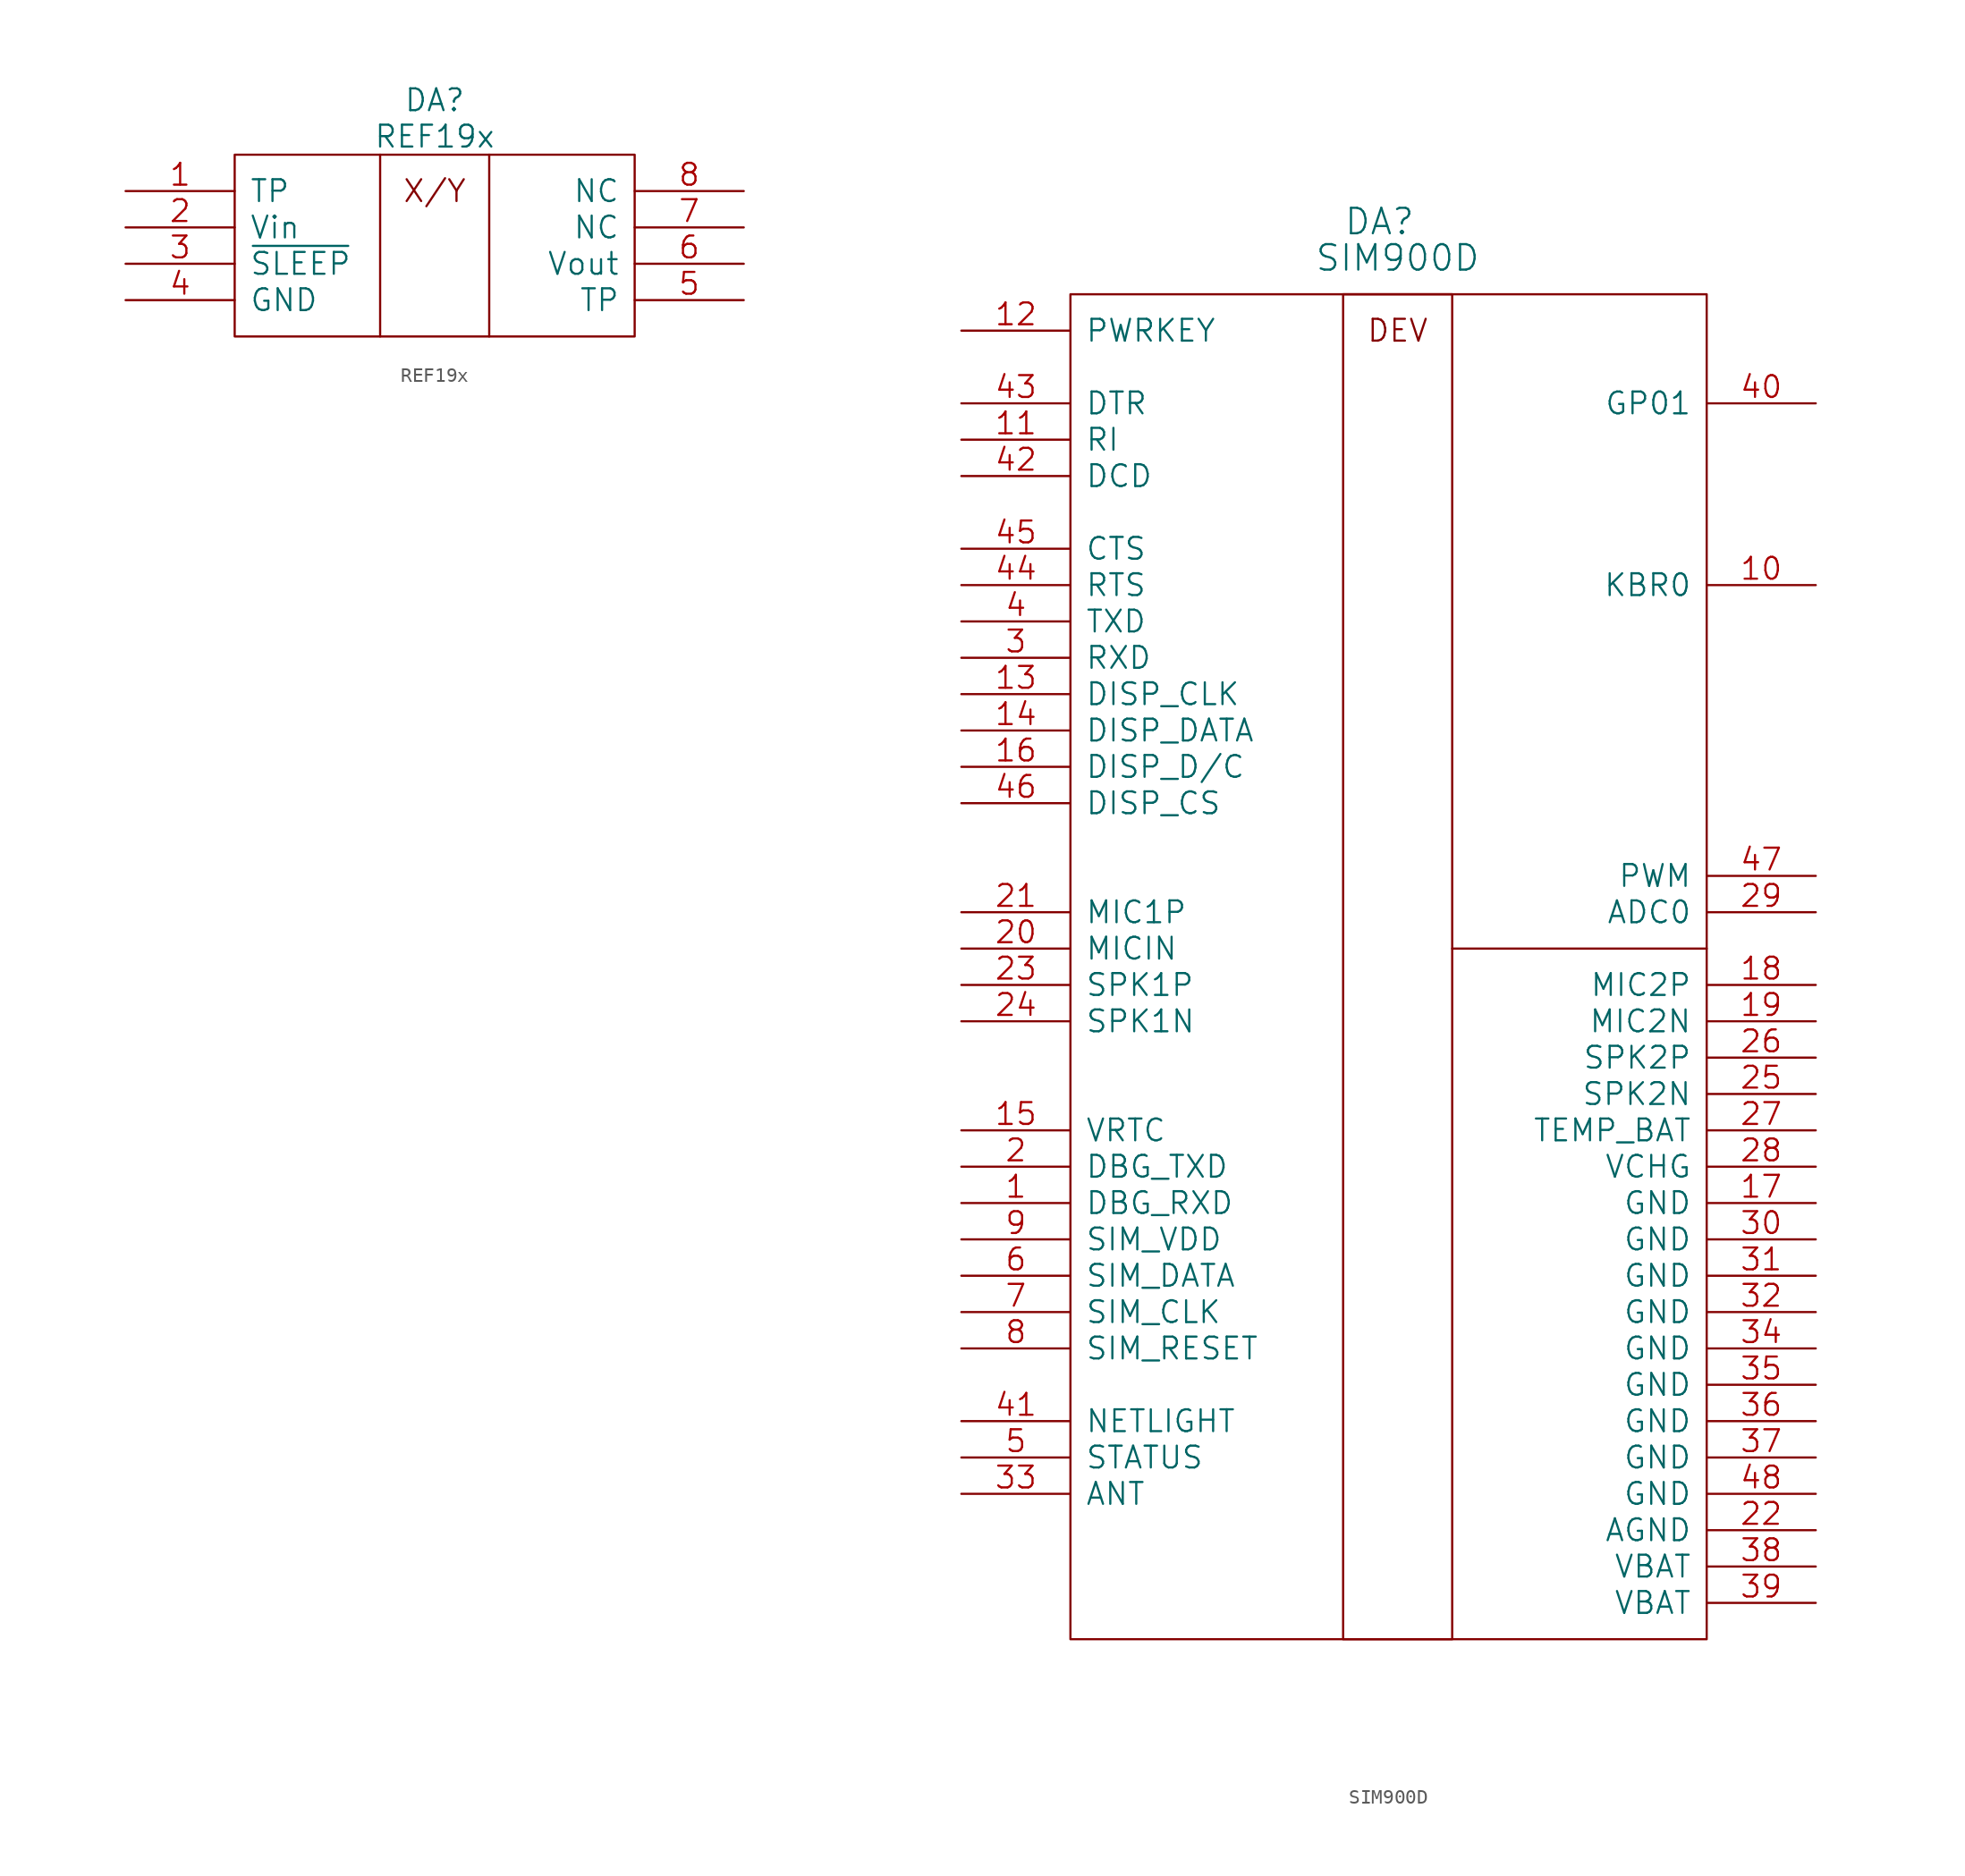
<source format=kicad_sym>
(kicad_symbol_lib
  (version 20211014)
  (generator kicad_symbol_editor)
  (symbol "REF19x"
    (pin_names
      (offset 1.016))
    (property "Reference" "DA"
      (at 13.97 3.81 0)
      (effects (font (size 1.524 1.524))))
    (property "Value" "REF19x"
      (at 13.97 1.27 0)
      (effects (font (size 1.524 1.524))))
    (property "Footprint" ""
      (at 0 0 0)
      (effects (font (size 1.524 1.524))))
    (property "Datasheet" ""
      (at 0 0 0)
      (effects (font (size 1.524 1.524))))
    (symbol "REF19x_0_0"
      (text "X/Y" (at 13.97 -2.54 0) (effects (font (size 1.524 1.524))))
      (pin passive line (at -7.62 -2.54 0) (length 7.62) (name "TP" (effects (font (size 1.524 1.524)))) (number "1" (effects (font (size 1.524 1.524)))))
      (pin input line (at -7.62 -5.08 0) (length 7.62) (name "Vin" (effects (font (size 1.524 1.524)))) (number "2" (effects (font (size 1.524 1.524)))))
      (pin input line (at -7.62 -7.62 0) (length 7.62) (name "~{SLEEP}" (effects (font (size 1.524 1.524)))) (number "3" (effects (font (size 1.524 1.524)))))
      (pin passive line (at -7.62 -10.16 0) (length 7.62) (name "GND" (effects (font (size 1.524 1.524)))) (number "4" (effects (font (size 1.524 1.524)))))
      (pin passive line (at 35.56 -10.16 180) (length 7.62) (name "TP" (effects (font (size 1.524 1.524)))) (number "5" (effects (font (size 1.524 1.524)))))
      (pin output line (at 35.56 -7.62 180) (length 7.62) (name "Vout" (effects (font (size 1.524 1.524)))) (number "6" (effects (font (size 1.524 1.524)))))
      (pin passive line (at 35.56 -5.08 180) (length 7.62) (name "NC" (effects (font (size 1.524 1.524)))) (number "7" (effects (font (size 1.524 1.524)))))
      (pin passive line (at 35.56 -2.54 180) (length 7.62) (name "NC" (effects (font (size 1.524 1.524)))) (number "8" (effects (font (size 1.524 1.524))))))
    (symbol "REF19x_0_1"
      (polyline (pts (xy 10.16 0) (xy 10.16 -12.7)) (stroke (width 0) (type default) (color 0 0 0 0)) (fill (type none)))
      (polyline (pts (xy 17.78 0) (xy 17.78 -12.7)) (stroke (width 0) (type default) (color 0 0 0 0)) (fill (type none)))
      (rectangle (start 0 0) (end 27.94 -12.7) (stroke (width 0) (type default) (color 0 0 0 0)) (fill (type none)))))
  (symbol "SIM900D"
    (pin_names
      (offset 1.016))
    (property "Reference" "DA"
      (at 21.59 7.62 0)
      (effects (font (size 1.778 1.778))))
    (property "Value" "SIM900D"
      (at 22.86 5.08 0)
      (effects (font (size 1.778 1.778))))
    (property "Footprint" ""
      (at -6.35 0 0)
      (effects (font (size 1.524 1.524))))
    (property "Datasheet" ""
      (at -6.35 0 0)
      (effects (font (size 1.524 1.524))))
    (symbol "SIM900D_0_0"
      (text "DEV" (at 22.86 0 0) (effects (font (size 1.524 1.524)))))
    (symbol "SIM900D_0_1"
      (polyline (pts (xy 44.45 -43.18) (xy 26.67 -43.18)) (stroke (width 0) (type default) (color 0 0 0 0)) (fill (type none)))
      (rectangle (start 0 2.54) (end 44.45 -91.44) (stroke (width 0) (type default) (color 0 0 0 0)) (fill (type none)))
      (rectangle (start 19.05 -91.44) (end 26.67 2.54) (stroke (width 0) (type default) (color 0 0 0 0)) (fill (type none))))
    (symbol "SIM900D_1_1"
      (pin tri_state line (at -7.62 -60.96 0) (length 7.62) (name "DBG_RXD" (effects (font (size 1.524 1.524)))) (number "1" (effects (font (size 1.524 1.524)))))
      (pin tri_state line (at 52.07 -17.78 180) (length 7.62) (name "KBR0" (effects (font (size 1.524 1.524)))) (number "10" (effects (font (size 1.524 1.524)))))
      (pin tri_state line (at -7.62 -7.62 0) (length 7.62) (name "RI" (effects (font (size 1.524 1.524)))) (number "11" (effects (font (size 1.524 1.524)))))
      (pin tri_state line (at -7.62 0 0) (length 7.62) (name "PWRKEY" (effects (font (size 1.524 1.524)))) (number "12" (effects (font (size 1.524 1.524)))))
      (pin tri_state line (at -7.62 -25.4 0) (length 7.62) (name "DISP_CLK" (effects (font (size 1.524 1.524)))) (number "13" (effects (font (size 1.524 1.524)))))
      (pin tri_state line (at -7.62 -27.94 0) (length 7.62) (name "DISP_DATA" (effects (font (size 1.524 1.524)))) (number "14" (effects (font (size 1.524 1.524)))))
      (pin tri_state line (at -7.62 -55.88 0) (length 7.62) (name "VRTC" (effects (font (size 1.524 1.524)))) (number "15" (effects (font (size 1.524 1.524)))))
      (pin tri_state line (at -7.62 -30.48 0) (length 7.62) (name "DISP_D/C" (effects (font (size 1.524 1.524)))) (number "16" (effects (font (size 1.524 1.524)))))
      (pin tri_state line (at 52.07 -60.96 180) (length 7.62) (name "GND" (effects (font (size 1.524 1.524)))) (number "17" (effects (font (size 1.524 1.524)))))
      (pin tri_state line (at 52.07 -45.72 180) (length 7.62) (name "MIC2P" (effects (font (size 1.524 1.524)))) (number "18" (effects (font (size 1.524 1.524)))))
      (pin tri_state line (at 52.07 -48.26 180) (length 7.62) (name "MIC2N" (effects (font (size 1.524 1.524)))) (number "19" (effects (font (size 1.524 1.524)))))
      (pin tri_state line (at -7.62 -58.42 0) (length 7.62) (name "DBG_TXD" (effects (font (size 1.524 1.524)))) (number "2" (effects (font (size 1.524 1.524)))))
      (pin tri_state line (at -7.62 -43.18 0) (length 7.62) (name "MICIN" (effects (font (size 1.524 1.524)))) (number "20" (effects (font (size 1.524 1.524)))))
      (pin tri_state line (at -7.62 -40.64 0) (length 7.62) (name "MIC1P" (effects (font (size 1.524 1.524)))) (number "21" (effects (font (size 1.524 1.524)))))
      (pin tri_state line (at 52.07 -83.82 180) (length 7.62) (name "AGND" (effects (font (size 1.524 1.524)))) (number "22" (effects (font (size 1.524 1.524)))))
      (pin tri_state line (at -7.62 -45.72 0) (length 7.62) (name "SPK1P" (effects (font (size 1.524 1.524)))) (number "23" (effects (font (size 1.524 1.524)))))
      (pin tri_state line (at -7.62 -48.26 0) (length 7.62) (name "SPK1N" (effects (font (size 1.524 1.524)))) (number "24" (effects (font (size 1.524 1.524)))))
      (pin tri_state line (at 52.07 -53.34 180) (length 7.62) (name "SPK2N" (effects (font (size 1.524 1.524)))) (number "25" (effects (font (size 1.524 1.524)))))
      (pin tri_state line (at 52.07 -50.8 180) (length 7.62) (name "SPK2P" (effects (font (size 1.524 1.524)))) (number "26" (effects (font (size 1.524 1.524)))))
      (pin tri_state line (at 52.07 -55.88 180) (length 7.62) (name "TEMP_BAT" (effects (font (size 1.524 1.524)))) (number "27" (effects (font (size 1.524 1.524)))))
      (pin tri_state line (at 52.07 -58.42 180) (length 7.62) (name "VCHG" (effects (font (size 1.524 1.524)))) (number "28" (effects (font (size 1.524 1.524)))))
      (pin tri_state line (at 52.07 -40.64 180) (length 7.62) (name "ADC0" (effects (font (size 1.524 1.524)))) (number "29" (effects (font (size 1.524 1.524)))))
      (pin tri_state line (at -7.62 -22.86 0) (length 7.62) (name "RXD" (effects (font (size 1.524 1.524)))) (number "3" (effects (font (size 1.524 1.524)))))
      (pin tri_state line (at 52.07 -63.5 180) (length 7.62) (name "GND" (effects (font (size 1.524 1.524)))) (number "30" (effects (font (size 1.524 1.524)))))
      (pin tri_state line (at 52.07 -66.04 180) (length 7.62) (name "GND" (effects (font (size 1.524 1.524)))) (number "31" (effects (font (size 1.524 1.524)))))
      (pin tri_state line (at 52.07 -68.58 180) (length 7.62) (name "GND" (effects (font (size 1.524 1.524)))) (number "32" (effects (font (size 1.524 1.524)))))
      (pin tri_state line (at -7.62 -81.28 0) (length 7.62) (name "ANT" (effects (font (size 1.524 1.524)))) (number "33" (effects (font (size 1.524 1.524)))))
      (pin tri_state line (at 52.07 -71.12 180) (length 7.62) (name "GND" (effects (font (size 1.524 1.524)))) (number "34" (effects (font (size 1.524 1.524)))))
      (pin tri_state line (at 52.07 -73.66 180) (length 7.62) (name "GND" (effects (font (size 1.524 1.524)))) (number "35" (effects (font (size 1.524 1.524)))))
      (pin tri_state line (at 52.07 -76.2 180) (length 7.62) (name "GND" (effects (font (size 1.524 1.524)))) (number "36" (effects (font (size 1.524 1.524)))))
      (pin tri_state line (at 52.07 -78.74 180) (length 7.62) (name "GND" (effects (font (size 1.524 1.524)))) (number "37" (effects (font (size 1.524 1.524)))))
      (pin tri_state line (at 52.07 -86.36 180) (length 7.62) (name "VBAT" (effects (font (size 1.524 1.524)))) (number "38" (effects (font (size 1.524 1.524)))))
      (pin tri_state line (at 52.07 -88.9 180) (length 7.62) (name "VBAT" (effects (font (size 1.524 1.524)))) (number "39" (effects (font (size 1.524 1.524)))))
      (pin tri_state line (at -7.62 -20.32 0) (length 7.62) (name "TXD" (effects (font (size 1.524 1.524)))) (number "4" (effects (font (size 1.524 1.524)))))
      (pin tri_state line (at 52.07 -5.08 180) (length 7.62) (name "GP01" (effects (font (size 1.524 1.524)))) (number "40" (effects (font (size 1.524 1.524)))))
      (pin tri_state line (at -7.62 -76.2 0) (length 7.62) (name "NETLIGHT" (effects (font (size 1.524 1.524)))) (number "41" (effects (font (size 1.524 1.524)))))
      (pin tri_state line (at -7.62 -10.16 0) (length 7.62) (name "DCD" (effects (font (size 1.524 1.524)))) (number "42" (effects (font (size 1.524 1.524)))))
      (pin tri_state line (at -7.62 -5.08 0) (length 7.62) (name "DTR" (effects (font (size 1.524 1.524)))) (number "43" (effects (font (size 1.524 1.524)))))
      (pin tri_state line (at -7.62 -17.78 0) (length 7.62) (name "RTS" (effects (font (size 1.524 1.524)))) (number "44" (effects (font (size 1.524 1.524)))))
      (pin tri_state line (at -7.62 -15.24 0) (length 7.62) (name "CTS" (effects (font (size 1.524 1.524)))) (number "45" (effects (font (size 1.524 1.524)))))
      (pin tri_state line (at -7.62 -33.02 0) (length 7.62) (name "DISP_CS" (effects (font (size 1.524 1.524)))) (number "46" (effects (font (size 1.524 1.524)))))
      (pin tri_state line (at 52.07 -38.1 180) (length 7.62) (name "PWM" (effects (font (size 1.524 1.524)))) (number "47" (effects (font (size 1.524 1.524)))))
      (pin tri_state line (at 52.07 -81.28 180) (length 7.62) (name "GND" (effects (font (size 1.524 1.524)))) (number "48" (effects (font (size 1.524 1.524)))))
      (pin tri_state line (at -7.62 -78.74 0) (length 7.62) (name "STATUS" (effects (font (size 1.524 1.524)))) (number "5" (effects (font (size 1.524 1.524)))))
      (pin tri_state line (at -7.62 -66.04 0) (length 7.62) (name "SIM_DATA" (effects (font (size 1.524 1.524)))) (number "6" (effects (font (size 1.524 1.524)))))
      (pin tri_state line (at -7.62 -68.58 0) (length 7.62) (name "SIM_CLK" (effects (font (size 1.524 1.524)))) (number "7" (effects (font (size 1.524 1.524)))))
      (pin tri_state line (at -7.62 -71.12 0) (length 7.62) (name "SIM_RESET" (effects (font (size 1.524 1.524)))) (number "8" (effects (font (size 1.524 1.524)))))
      (pin tri_state line (at -7.62 -63.5 0) (length 7.62) (name "SIM_VDD" (effects (font (size 1.524 1.524)))) (number "9" (effects (font (size 1.524 1.524))))))))
</source>
